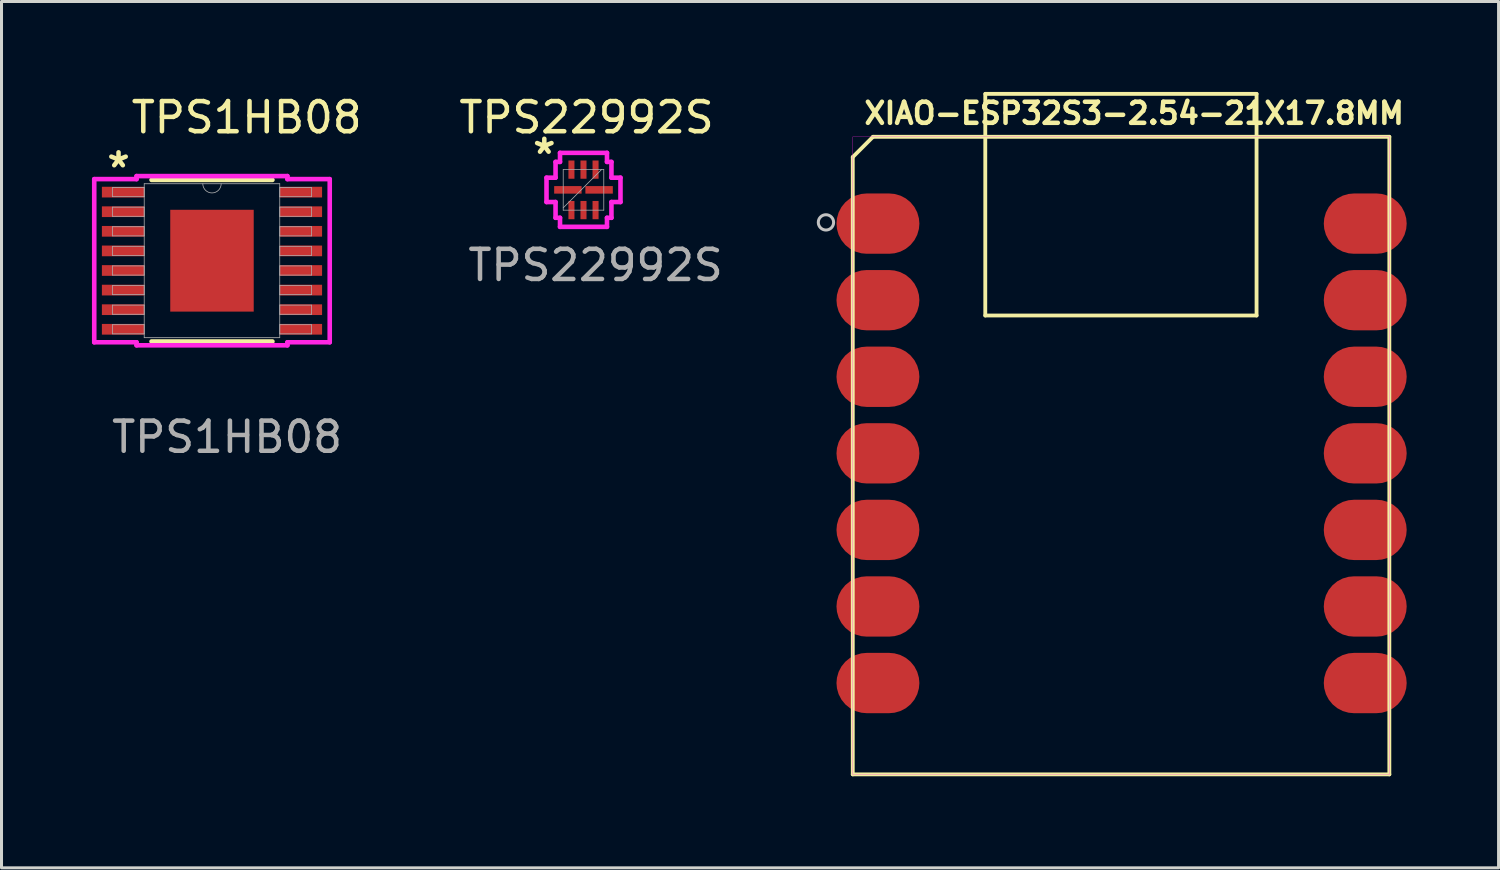
<source format=kicad_pcb>
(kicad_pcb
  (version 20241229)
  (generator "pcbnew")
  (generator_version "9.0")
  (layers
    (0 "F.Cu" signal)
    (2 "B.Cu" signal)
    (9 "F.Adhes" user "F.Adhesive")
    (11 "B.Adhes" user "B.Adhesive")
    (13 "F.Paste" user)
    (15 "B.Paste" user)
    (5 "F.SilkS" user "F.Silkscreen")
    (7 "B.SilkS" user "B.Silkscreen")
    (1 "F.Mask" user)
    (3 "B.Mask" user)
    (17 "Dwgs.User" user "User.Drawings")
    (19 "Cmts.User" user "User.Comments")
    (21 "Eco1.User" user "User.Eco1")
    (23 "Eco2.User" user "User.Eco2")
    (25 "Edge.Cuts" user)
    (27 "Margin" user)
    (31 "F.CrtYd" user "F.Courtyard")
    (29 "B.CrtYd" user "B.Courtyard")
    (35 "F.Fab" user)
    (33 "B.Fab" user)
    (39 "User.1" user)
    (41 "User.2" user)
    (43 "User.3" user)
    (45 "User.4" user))
  (footprint "XIAO-ESP32S3-2.54-21X17.8MM"
    (layer "F.Cu")
    (at 25.238 22.488)
    (property "Reference" "XIAO-ESP32S3-2.54-21X17.8MM" (at 9.335 -21.78 0) (layer "F.SilkS") (effects (font (size 0.7 0.7) (thickness 0.15))))
    (attr through_hole)
    (fp_line (start 0 -20.328) (end 0 0.15) (stroke (width 0.127) (type solid)) (layer "F.SilkS"))
    (fp_line (start 0 0.15) (end 17.8 0.15) (stroke (width 0.127) (type solid)) (layer "F.SilkS"))
    (fp_line (start 0.672 -21) (end 0 -20.328) (stroke (width 0.127) (type solid)) (layer "F.SilkS"))
    (fp_line (start 4.396 -15.072) (end 4.396 -22.425) (stroke (width 0.127) (type solid)) (layer "F.SilkS"))
    (fp_line (start 4.4 -22.424) (end 13.395 -22.424) (stroke (width 0.127) (type solid)) (layer "F.SilkS"))
    (fp_line (start 13.395 -22.424) (end 13.395 -15.072) (stroke (width 0.127) (type solid)) (layer "F.SilkS"))
    (fp_line (start 13.395 -15.072) (end 4.396 -15.072) (stroke (width 0.127) (type solid)) (layer "F.SilkS"))
    (fp_line (start 17.8 -21) (end 0.672 -21) (stroke (width 0.127) (type solid)) (layer "F.SilkS"))
    (fp_line (start 17.8 0.15) (end 17.8 -21) (stroke (width 0.127) (type solid)) (layer "F.SilkS"))
    (fp_circle (center -0.889 -18.161) (end -0.635 -18.161) (stroke (width 0.1) (type solid)) (fill no) (layer "Dwgs.User"))
    (fp_poly (pts (xy 0 -21) (xy 17.8 -21) (xy 17.8 0.155) (xy 0 0.155)) (stroke (width 0.01) (type solid)) (fill no) (layer "F.CrtYd"))
    (pad "1" smd roundrect (at 0.835 -18.12) (size 2.75 2) (layers "F.Cu" "F.Mask" "F.Paste") (roundrect_rratio 0.5))
    (pad "2" smd roundrect (at 0.835 -15.58) (size 2.75 2) (layers "F.Cu" "F.Mask" "F.Paste") (roundrect_rratio 0.5))
    (pad "3" smd roundrect (at 0.835 -13.04) (size 2.75 2) (layers "F.Cu" "F.Mask" "F.Paste") (roundrect_rratio 0.5))
    (pad "4" smd roundrect (at 0.835 -10.5) (size 2.75 2) (layers "F.Cu" "F.Mask" "F.Paste") (roundrect_rratio 0.5))
    (pad "5" smd roundrect (at 0.835 -7.96) (size 2.75 2) (layers "F.Cu" "F.Mask" "F.Paste") (roundrect_rratio 0.5))
    (pad "6" smd roundrect (at 0.835 -5.42) (size 2.75 2) (layers "F.Cu" "F.Mask" "F.Paste") (roundrect_rratio 0.5))
    (pad "7" smd roundrect (at 0.835 -2.88) (size 2.75 2) (layers "F.Cu" "F.Mask" "F.Paste") (roundrect_rratio 0.5))
    (pad "8" smd roundrect (at 17 -2.88) (size 2.75 2) (layers "F.Cu" "F.Mask" "F.Paste") (roundrect_rratio 0.5))
    (pad "9" smd roundrect (at 17 -5.42) (size 2.75 2) (layers "F.Cu" "F.Mask" "F.Paste") (roundrect_rratio 0.5))
    (pad "10" smd roundrect (at 17 -7.96) (size 2.75 2) (layers "F.Cu" "F.Mask" "F.Paste") (roundrect_rratio 0.5))
    (pad "11" smd roundrect (at 17 -10.5) (size 2.75 2) (layers "F.Cu" "F.Mask" "F.Paste") (roundrect_rratio 0.5))
    (pad "12" smd roundrect (at 17 -13.04) (size 2.75 2) (layers "F.Cu" "F.Mask" "F.Paste") (roundrect_rratio 0.5))
    (pad "13" smd roundrect (at 17 -15.58) (size 2.75 2) (layers "F.Cu" "F.Mask" "F.Paste") (roundrect_rratio 0.5))
    (pad "14" smd roundrect (at 17 -18.12) (size 2.75 2) (layers "F.Cu" "F.Mask" "F.Paste") (roundrect_rratio 0.5))
    (zone (net_name "") (layer "F.Cu") (hatch full 0.508) (connect_pads) (min_thickness 0.01) (filled_areas_thickness no) (keepout (tracks not_allowed) (vias not_allowed) (pads not_allowed) (copperpour not_allowed) (footprints allowed)) (placement (enabled no)) (fill) (polygon (pts (xy 28.223 8.952) (xy 31.144 8.952) (xy 31.144 12.857) (xy 28.223 12.857))))
    (zone (net_name "") (layer "F.Cu") (hatch full 0.508) (connect_pads) (min_thickness 0.01) (filled_areas_thickness no) (keepout (tracks not_allowed) (vias not_allowed) (pads not_allowed) (copperpour not_allowed) (footprints allowed)) (placement (enabled no)) (fill) (polygon (pts (xy 28.921 1.407) (xy 30.699 1.407) (xy 30.699 4.074) (xy 28.921 4.074))))
    (zone (net_name "") (layer "F.Cu") (hatch full 0.508) (connect_pads) (min_thickness 0.01) (filled_areas_thickness no) (keepout (tracks not_allowed) (vias not_allowed) (pads not_allowed) (copperpour not_allowed) (footprints allowed)) (placement (enabled no)) (fill) (polygon (pts (xy 28.921 5.471) (xy 30.699 5.471) (xy 30.699 8.137) (xy 28.921 8.137))))
    (zone (net_name "") (layer "F.Cu") (hatch full 0.508) (connect_pads) (min_thickness 0.01) (filled_areas_thickness no) (keepout (tracks not_allowed) (vias not_allowed) (pads not_allowed) (copperpour not_allowed) (footprints allowed)) (placement (enabled no)) (fill) (polygon (pts (xy 31.588 2.168) (xy 36.795 2.168) (xy 36.795 12.326) (xy 31.588 12.326))))
    (zone (net_name "") (layer "F.Cu") (hatch full 0.508) (connect_pads) (min_thickness 0.01) (filled_areas_thickness no) (keepout (tracks not_allowed) (vias not_allowed) (pads not_allowed) (copperpour not_allowed) (footprints allowed)) (placement (enabled no)) (fill) (polygon (pts (xy 33.23 12.329) (xy 37.294 12.329) (xy 37.294 15.938) (xy 33.23 15.938))))
    (zone (net_name "") (layer "F.Cu") (hatch full 0.508) (connect_pads) (min_thickness 0.01) (filled_areas_thickness no) (keepout (tracks not_allowed) (vias not_allowed) (pads not_allowed) (copperpour not_allowed) (footprints allowed)) (placement (enabled no)) (fill) (polygon (pts (xy 37.557 1.407) (xy 39.335 1.407) (xy 39.335 4.074) (xy 37.557 4.074))))
    (zone (net_name "") (layer "F.Cu") (hatch full 0.508) (connect_pads) (min_thickness 0.01) (filled_areas_thickness no) (keepout (tracks not_allowed) (vias not_allowed) (pads not_allowed) (copperpour not_allowed) (footprints allowed)) (placement (enabled no)) (fill) (polygon (pts (xy 37.557 5.471) (xy 39.335 5.471) (xy 39.335 8.137) (xy 37.557 8.137)))))
  (footprint "TPS1HB08"
    (layer "F.Cu")
    (at 3.982 5.598)
    (property "Reference" "TPS1HB08" (at 1.15 -4.75 0) (unlocked yes) (layer "F.SilkS") (effects (font (size 1 1) (thickness 0.15))))
    (attr smd)
    (fp_line (start -2.005 2.68) (end 2.005 2.68) (stroke (width 0.152) (type solid)) (layer "F.SilkS"))
    (fp_line (start 2.005 -2.68) (end -2.005 -2.68) (stroke (width 0.152) (type solid)) (layer "F.SilkS"))
    (fp_poly (pts (xy -1.284 -1.589) (xy -1.284 -0.1) (xy -0.1 -0.1) (xy -0.1 -1.589)) (stroke (width 0) (type solid)) (fill yes) (layer "F.Paste"))
    (fp_poly (pts (xy -1.284 0.1) (xy -1.284 1.589) (xy -0.1 1.589) (xy -0.1 0.1)) (stroke (width 0) (type solid)) (fill yes) (layer "F.Paste"))
    (fp_poly (pts (xy 0.1 -1.589) (xy 0.1 -0.1) (xy 1.284 -0.1) (xy 1.284 -1.589)) (stroke (width 0) (type solid)) (fill yes) (layer "F.Paste"))
    (fp_poly (pts (xy 0.1 0.1) (xy 0.1 1.589) (xy 1.284 1.589) (xy 1.284 0.1)) (stroke (width 0) (type solid)) (fill yes) (layer "F.Paste"))
    (fp_line (start -3.906 -2.706) (end -2.502 -2.706) (stroke (width 0.152) (type solid)) (layer "F.CrtYd"))
    (fp_line (start -3.906 2.706) (end -3.906 -2.706) (stroke (width 0.152) (type solid)) (layer "F.CrtYd"))
    (fp_line (start -3.906 2.706) (end -2.502 2.706) (stroke (width 0.152) (type solid)) (layer "F.CrtYd"))
    (fp_line (start -2.502 -2.807) (end 2.502 -2.807) (stroke (width 0.152) (type solid)) (layer "F.CrtYd"))
    (fp_line (start -2.502 -2.706) (end -2.502 -2.807) (stroke (width 0.152) (type solid)) (layer "F.CrtYd"))
    (fp_line (start -2.502 2.807) (end -2.502 2.706) (stroke (width 0.152) (type solid)) (layer "F.CrtYd"))
    (fp_line (start 2.502 -2.807) (end 2.502 -2.706) (stroke (width 0.152) (type solid)) (layer "F.CrtYd"))
    (fp_line (start 2.502 2.706) (end 2.502 2.807) (stroke (width 0.152) (type solid)) (layer "F.CrtYd"))
    (fp_line (start 2.502 2.807) (end -2.502 2.807) (stroke (width 0.152) (type solid)) (layer "F.CrtYd"))
    (fp_line (start 3.906 -2.706) (end 2.502 -2.706) (stroke (width 0.152) (type solid)) (layer "F.CrtYd"))
    (fp_line (start 3.906 -2.706) (end 3.906 2.706) (stroke (width 0.152) (type solid)) (layer "F.CrtYd"))
    (fp_line (start 3.906 2.706) (end 2.502 2.706) (stroke (width 0.152) (type solid)) (layer "F.CrtYd"))
    (fp_line (start -3.302 -2.427) (end -3.302 -2.123) (stroke (width 0.025) (type solid)) (layer "F.Fab"))
    (fp_line (start -3.302 -2.123) (end -2.248 -2.123) (stroke (width 0.025) (type solid)) (layer "F.Fab"))
    (fp_line (start -3.302 -1.777) (end -3.302 -1.473) (stroke (width 0.025) (type solid)) (layer "F.Fab"))
    (fp_line (start -3.302 -1.473) (end -2.248 -1.473) (stroke (width 0.025) (type solid)) (layer "F.Fab"))
    (fp_line (start -3.302 -1.127) (end -3.302 -0.823) (stroke (width 0.025) (type solid)) (layer "F.Fab"))
    (fp_line (start -3.302 -0.823) (end -2.248 -0.823) (stroke (width 0.025) (type solid)) (layer "F.Fab"))
    (fp_line (start -3.302 -0.477) (end -3.302 -0.173) (stroke (width 0.025) (type solid)) (layer "F.Fab"))
    (fp_line (start -3.302 -0.173) (end -2.248 -0.173) (stroke (width 0.025) (type solid)) (layer "F.Fab"))
    (fp_line (start -3.302 0.173) (end -3.302 0.477) (stroke (width 0.025) (type solid)) (layer "F.Fab"))
    (fp_line (start -3.302 0.477) (end -2.248 0.477) (stroke (width 0.025) (type solid)) (layer "F.Fab"))
    (fp_line (start -3.302 0.823) (end -3.302 1.127) (stroke (width 0.025) (type solid)) (layer "F.Fab"))
    (fp_line (start -3.302 1.127) (end -2.248 1.127) (stroke (width 0.025) (type solid)) (layer "F.Fab"))
    (fp_line (start -3.302 1.473) (end -3.302 1.777) (stroke (width 0.025) (type solid)) (layer "F.Fab"))
    (fp_line (start -3.302 1.777) (end -2.248 1.777) (stroke (width 0.025) (type solid)) (layer "F.Fab"))
    (fp_line (start -3.302 2.123) (end -3.302 2.427) (stroke (width 0.025) (type solid)) (layer "F.Fab"))
    (fp_line (start -3.302 2.427) (end -2.248 2.427) (stroke (width 0.025) (type solid)) (layer "F.Fab"))
    (fp_line (start -2.248 -2.553) (end -2.248 2.553) (stroke (width 0.025) (type solid)) (layer "F.Fab"))
    (fp_line (start -2.248 -2.427) (end -3.302 -2.427) (stroke (width 0.025) (type solid)) (layer "F.Fab"))
    (fp_line (start -2.248 -2.123) (end -2.248 -2.427) (stroke (width 0.025) (type solid)) (layer "F.Fab"))
    (fp_line (start -2.248 -1.777) (end -3.302 -1.777) (stroke (width 0.025) (type solid)) (layer "F.Fab"))
    (fp_line (start -2.248 -1.473) (end -2.248 -1.777) (stroke (width 0.025) (type solid)) (layer "F.Fab"))
    (fp_line (start -2.248 -1.127) (end -3.302 -1.127) (stroke (width 0.025) (type solid)) (layer "F.Fab"))
    (fp_line (start -2.248 -0.823) (end -2.248 -1.127) (stroke (width 0.025) (type solid)) (layer "F.Fab"))
    (fp_line (start -2.248 -0.477) (end -3.302 -0.477) (stroke (width 0.025) (type solid)) (layer "F.Fab"))
    (fp_line (start -2.248 -0.173) (end -2.248 -0.477) (stroke (width 0.025) (type solid)) (layer "F.Fab"))
    (fp_line (start -2.248 0.173) (end -3.302 0.173) (stroke (width 0.025) (type solid)) (layer "F.Fab"))
    (fp_line (start -2.248 0.477) (end -2.248 0.173) (stroke (width 0.025) (type solid)) (layer "F.Fab"))
    (fp_line (start -2.248 0.823) (end -3.302 0.823) (stroke (width 0.025) (type solid)) (layer "F.Fab"))
    (fp_line (start -2.248 1.127) (end -2.248 0.823) (stroke (width 0.025) (type solid)) (layer "F.Fab"))
    (fp_line (start -2.248 1.473) (end -3.302 1.473) (stroke (width 0.025) (type solid)) (layer "F.Fab"))
    (fp_line (start -2.248 1.777) (end -2.248 1.473) (stroke (width 0.025) (type solid)) (layer "F.Fab"))
    (fp_line (start -2.248 2.123) (end -3.302 2.123) (stroke (width 0.025) (type solid)) (layer "F.Fab"))
    (fp_line (start -2.248 2.427) (end -2.248 2.123) (stroke (width 0.025) (type solid)) (layer "F.Fab"))
    (fp_line (start -2.248 2.553) (end 2.248 2.553) (stroke (width 0.025) (type solid)) (layer "F.Fab"))
    (fp_line (start 2.248 -2.553) (end -2.248 -2.553) (stroke (width 0.025) (type solid)) (layer "F.Fab"))
    (fp_line (start 2.248 -2.427) (end 2.248 -2.123) (stroke (width 0.025) (type solid)) (layer "F.Fab"))
    (fp_line (start 2.248 -2.123) (end 3.302 -2.123) (stroke (width 0.025) (type solid)) (layer "F.Fab"))
    (fp_line (start 2.248 -1.777) (end 2.248 -1.473) (stroke (width 0.025) (type solid)) (layer "F.Fab"))
    (fp_line (start 2.248 -1.473) (end 3.302 -1.473) (stroke (width 0.025) (type solid)) (layer "F.Fab"))
    (fp_line (start 2.248 -1.127) (end 2.248 -0.823) (stroke (width 0.025) (type solid)) (layer "F.Fab"))
    (fp_line (start 2.248 -0.823) (end 3.302 -0.823) (stroke (width 0.025) (type solid)) (layer "F.Fab"))
    (fp_line (start 2.248 -0.477) (end 2.248 -0.173) (stroke (width 0.025) (type solid)) (layer "F.Fab"))
    (fp_line (start 2.248 -0.173) (end 3.302 -0.173) (stroke (width 0.025) (type solid)) (layer "F.Fab"))
    (fp_line (start 2.248 0.173) (end 2.248 0.477) (stroke (width 0.025) (type solid)) (layer "F.Fab"))
    (fp_line (start 2.248 0.477) (end 3.302 0.477) (stroke (width 0.025) (type solid)) (layer "F.Fab"))
    (fp_line (start 2.248 0.823) (end 2.248 1.127) (stroke (width 0.025) (type solid)) (layer "F.Fab"))
    (fp_line (start 2.248 1.127) (end 3.302 1.127) (stroke (width 0.025) (type solid)) (layer "F.Fab"))
    (fp_line (start 2.248 1.473) (end 2.248 1.777) (stroke (width 0.025) (type solid)) (layer "F.Fab"))
    (fp_line (start 2.248 1.777) (end 3.302 1.777) (stroke (width 0.025) (type solid)) (layer "F.Fab"))
    (fp_line (start 2.248 2.123) (end 2.248 2.427) (stroke (width 0.025) (type solid)) (layer "F.Fab"))
    (fp_line (start 2.248 2.427) (end 3.302 2.427) (stroke (width 0.025) (type solid)) (layer "F.Fab"))
    (fp_line (start 2.248 2.553) (end 2.248 -2.553) (stroke (width 0.025) (type solid)) (layer "F.Fab"))
    (fp_line (start 3.302 -2.427) (end 2.248 -2.427) (stroke (width 0.025) (type solid)) (layer "F.Fab"))
    (fp_line (start 3.302 -2.123) (end 3.302 -2.427) (stroke (width 0.025) (type solid)) (layer "F.Fab"))
    (fp_line (start 3.302 -1.777) (end 2.248 -1.777) (stroke (width 0.025) (type solid)) (layer "F.Fab"))
    (fp_line (start 3.302 -1.473) (end 3.302 -1.777) (stroke (width 0.025) (type solid)) (layer "F.Fab"))
    (fp_line (start 3.302 -1.127) (end 2.248 -1.127) (stroke (width 0.025) (type solid)) (layer "F.Fab"))
    (fp_line (start 3.302 -0.823) (end 3.302 -1.127) (stroke (width 0.025) (type solid)) (layer "F.Fab"))
    (fp_line (start 3.302 -0.477) (end 2.248 -0.477) (stroke (width 0.025) (type solid)) (layer "F.Fab"))
    (fp_line (start 3.302 -0.173) (end 3.302 -0.477) (stroke (width 0.025) (type solid)) (layer "F.Fab"))
    (fp_line (start 3.302 0.173) (end 2.248 0.173) (stroke (width 0.025) (type solid)) (layer "F.Fab"))
    (fp_line (start 3.302 0.477) (end 3.302 0.173) (stroke (width 0.025) (type solid)) (layer "F.Fab"))
    (fp_line (start 3.302 0.823) (end 2.248 0.823) (stroke (width 0.025) (type solid)) (layer "F.Fab"))
    (fp_line (start 3.302 1.127) (end 3.302 0.823) (stroke (width 0.025) (type solid)) (layer "F.Fab"))
    (fp_line (start 3.302 1.473) (end 2.248 1.473) (stroke (width 0.025) (type solid)) (layer "F.Fab"))
    (fp_line (start 3.302 1.777) (end 3.302 1.473) (stroke (width 0.025) (type solid)) (layer "F.Fab"))
    (fp_line (start 3.302 2.123) (end 2.248 2.123) (stroke (width 0.025) (type solid)) (layer "F.Fab"))
    (fp_line (start 3.302 2.427) (end 3.302 2.123) (stroke (width 0.025) (type solid)) (layer "F.Fab"))
    (fp_arc (start 0.3048 -2.5527) (mid 0 -2.2479) (end -0.3048 -2.5527) (stroke (width 0.0254) (type solid)) (layer "F.Fab"))
    (fp_text user "*" (at -3.1 -3.05 0) (layer "F.SilkS") (effects (font (size 1 1) (thickness 0.15))))
    (fp_text user "${REFERENCE}" (at 0.5 5.85 0) (unlocked yes) (layer "F.Fab") (effects (font (size 1 1) (thickness 0.15))))
    (pad "1" smd rect (at -2.95 -2.275) (size 1.404 0.355) (layers "F.Cu" "F.Mask" "F.Paste"))
    (pad "2" smd rect (at -2.95 -1.625) (size 1.404 0.355) (layers "F.Cu" "F.Mask" "F.Paste"))
    (pad "3" smd rect (at -2.95 -0.975) (size 1.404 0.355) (layers "F.Cu" "F.Mask" "F.Paste"))
    (pad "4" smd rect (at -2.95 -0.325) (size 1.404 0.355) (layers "F.Cu" "F.Mask" "F.Paste"))
    (pad "5" smd rect (at -2.95 0.325) (size 1.404 0.355) (layers "F.Cu" "F.Mask" "F.Paste"))
    (pad "6" smd rect (at -2.95 0.975) (size 1.404 0.355) (layers "F.Cu" "F.Mask" "F.Paste"))
    (pad "7" smd rect (at -2.95 1.625) (size 1.404 0.355) (layers "F.Cu" "F.Mask" "F.Paste"))
    (pad "8" smd rect (at -2.95 2.275) (size 1.404 0.355) (layers "F.Cu" "F.Mask" "F.Paste"))
    (pad "9" smd rect (at 2.95 2.275) (size 1.404 0.355) (layers "F.Cu" "F.Mask" "F.Paste"))
    (pad "10" smd rect (at 2.95 1.625) (size 1.404 0.355) (layers "F.Cu" "F.Mask" "F.Paste"))
    (pad "11" smd rect (at 2.95 0.975) (size 1.404 0.355) (layers "F.Cu" "F.Mask" "F.Paste"))
    (pad "12" smd rect (at 2.95 0.325) (size 1.404 0.355) (layers "F.Cu" "F.Mask" "F.Paste"))
    (pad "13" smd rect (at 2.95 -0.325) (size 1.404 0.355) (layers "F.Cu" "F.Mask" "F.Paste"))
    (pad "14" smd rect (at 2.95 -0.975) (size 1.404 0.355) (layers "F.Cu" "F.Mask" "F.Paste"))
    (pad "15" smd rect (at 2.95 -1.625) (size 1.404 0.355) (layers "F.Cu" "F.Mask" "F.Paste"))
    (pad "16" smd rect (at 2.95 -2.275) (size 1.404 0.355) (layers "F.Cu" "F.Mask" "F.Paste"))
    (pad "EPAD" smd rect (at 0 0) (size 2.769 3.378) (layers "F.Cu" "F.Mask")))
  (footprint "TPS22992S"
    (layer "F.Cu")
    (at 16.306 3.248)
    (property "Reference" "TPS22992S" (at 0.1 -2.4 0) (unlocked yes) (layer "F.SilkS") (effects (font (size 1 1) (thickness 0.15))))
    (attr smd)
    (fp_line (start -1.227 -0.404) (end -0.927 -0.404) (stroke (width 0.152) (type solid)) (layer "F.CrtYd"))
    (fp_line (start -1.227 0.404) (end -1.227 -0.404) (stroke (width 0.152) (type solid)) (layer "F.CrtYd"))
    (fp_line (start -0.927 -0.927) (end -0.779 -0.927) (stroke (width 0.152) (type solid)) (layer "F.CrtYd"))
    (fp_line (start -0.927 -0.404) (end -0.927 -0.927) (stroke (width 0.152) (type solid)) (layer "F.CrtYd"))
    (fp_line (start -0.927 0.404) (end -1.227 0.404) (stroke (width 0.152) (type solid)) (layer "F.CrtYd"))
    (fp_line (start -0.927 0.927) (end -0.927 0.404) (stroke (width 0.152) (type solid)) (layer "F.CrtYd"))
    (fp_line (start -0.927 0.927) (end -0.779 0.927) (stroke (width 0.152) (type solid)) (layer "F.CrtYd"))
    (fp_line (start -0.779 -1.227) (end 0.779 -1.227) (stroke (width 0.152) (type solid)) (layer "F.CrtYd"))
    (fp_line (start -0.779 -0.927) (end -0.779 -1.227) (stroke (width 0.152) (type solid)) (layer "F.CrtYd"))
    (fp_line (start -0.779 0.927) (end -0.779 1.227) (stroke (width 0.152) (type solid)) (layer "F.CrtYd"))
    (fp_line (start -0.779 1.227) (end 0.779 1.227) (stroke (width 0.152) (type solid)) (layer "F.CrtYd"))
    (fp_line (start 0.779 -1.227) (end 0.779 -0.927) (stroke (width 0.152) (type solid)) (layer "F.CrtYd"))
    (fp_line (start 0.779 -0.927) (end 0.927 -0.927) (stroke (width 0.152) (type solid)) (layer "F.CrtYd"))
    (fp_line (start 0.779 0.927) (end 0.927 0.927) (stroke (width 0.152) (type solid)) (layer "F.CrtYd"))
    (fp_line (start 0.779 1.227) (end 0.779 0.927) (stroke (width 0.152) (type solid)) (layer "F.CrtYd"))
    (fp_line (start 0.927 -0.404) (end 0.927 -0.927) (stroke (width 0.152) (type solid)) (layer "F.CrtYd"))
    (fp_line (start 0.927 0.404) (end 1.227 0.404) (stroke (width 0.152) (type solid)) (layer "F.CrtYd"))
    (fp_line (start 0.927 0.927) (end 0.927 0.404) (stroke (width 0.152) (type solid)) (layer "F.CrtYd"))
    (fp_line (start 1.227 -0.404) (end 0.927 -0.404) (stroke (width 0.152) (type solid)) (layer "F.CrtYd"))
    (fp_line (start 1.227 0.404) (end 1.227 -0.404) (stroke (width 0.152) (type solid)) (layer "F.CrtYd"))
    (fp_line (start -0.673 -0.673) (end -0.673 0.673) (stroke (width 0.025) (type solid)) (layer "F.Fab"))
    (fp_line (start -0.673 0.597) (end 0.597 -0.673) (stroke (width 0.025) (type solid)) (layer "F.Fab"))
    (fp_line (start -0.673 0.673) (end 0.673 0.673) (stroke (width 0.025) (type solid)) (layer "F.Fab"))
    (fp_line (start 0.673 -0.673) (end -0.673 -0.673) (stroke (width 0.025) (type solid)) (layer "F.Fab"))
    (fp_line (start 0.673 0.673) (end 0.673 -0.673) (stroke (width 0.025) (type solid)) (layer "F.Fab"))
    (fp_text user "*" (at -1.3 -1.15 0) (unlocked yes) (layer "F.SilkS") (effects (font (size 1 1) (thickness 0.15))))
    (fp_text user "${REFERENCE}" (at 0.4 2.5 0) (unlocked yes) (layer "F.Fab") (effects (font (size 1 1) (thickness 0.15))))
    (pad "1" smd rect (at -0.4 -0.671) (size 0.2 0.605) (layers "F.Cu" "F.Mask" "F.Paste"))
    (pad "2" smd rect (at -0.518 0 90) (size 0.25 0.91) (layers "F.Cu" "F.Mask" "F.Paste"))
    (pad "3" smd rect (at -0.4 0.671) (size 0.2 0.605) (layers "F.Cu" "F.Mask" "F.Paste"))
    (pad "4" smd rect (at 0 0.671) (size 0.2 0.605) (layers "F.Cu" "F.Mask" "F.Paste"))
    (pad "5" smd rect (at 0.4 0.671) (size 0.2 0.605) (layers "F.Cu" "F.Mask" "F.Paste"))
    (pad "6" smd rect (at 0.518 0 90) (size 0.25 0.91) (layers "F.Cu" "F.Mask" "F.Paste"))
    (pad "7" smd rect (at 0.4 -0.671) (size 0.2 0.605) (layers "F.Cu" "F.Mask" "F.Paste"))
    (pad "8" smd rect (at 0 -0.671) (size 0.2 0.605) (layers "F.Cu" "F.Mask" "F.Paste")))
  (gr_rect
    (start -3 -3)
    (end 46.661 25.738)
    (stroke (width 0.1) (type default))
    (fill no)
    (layer "Edge.Cuts")))
</source>
